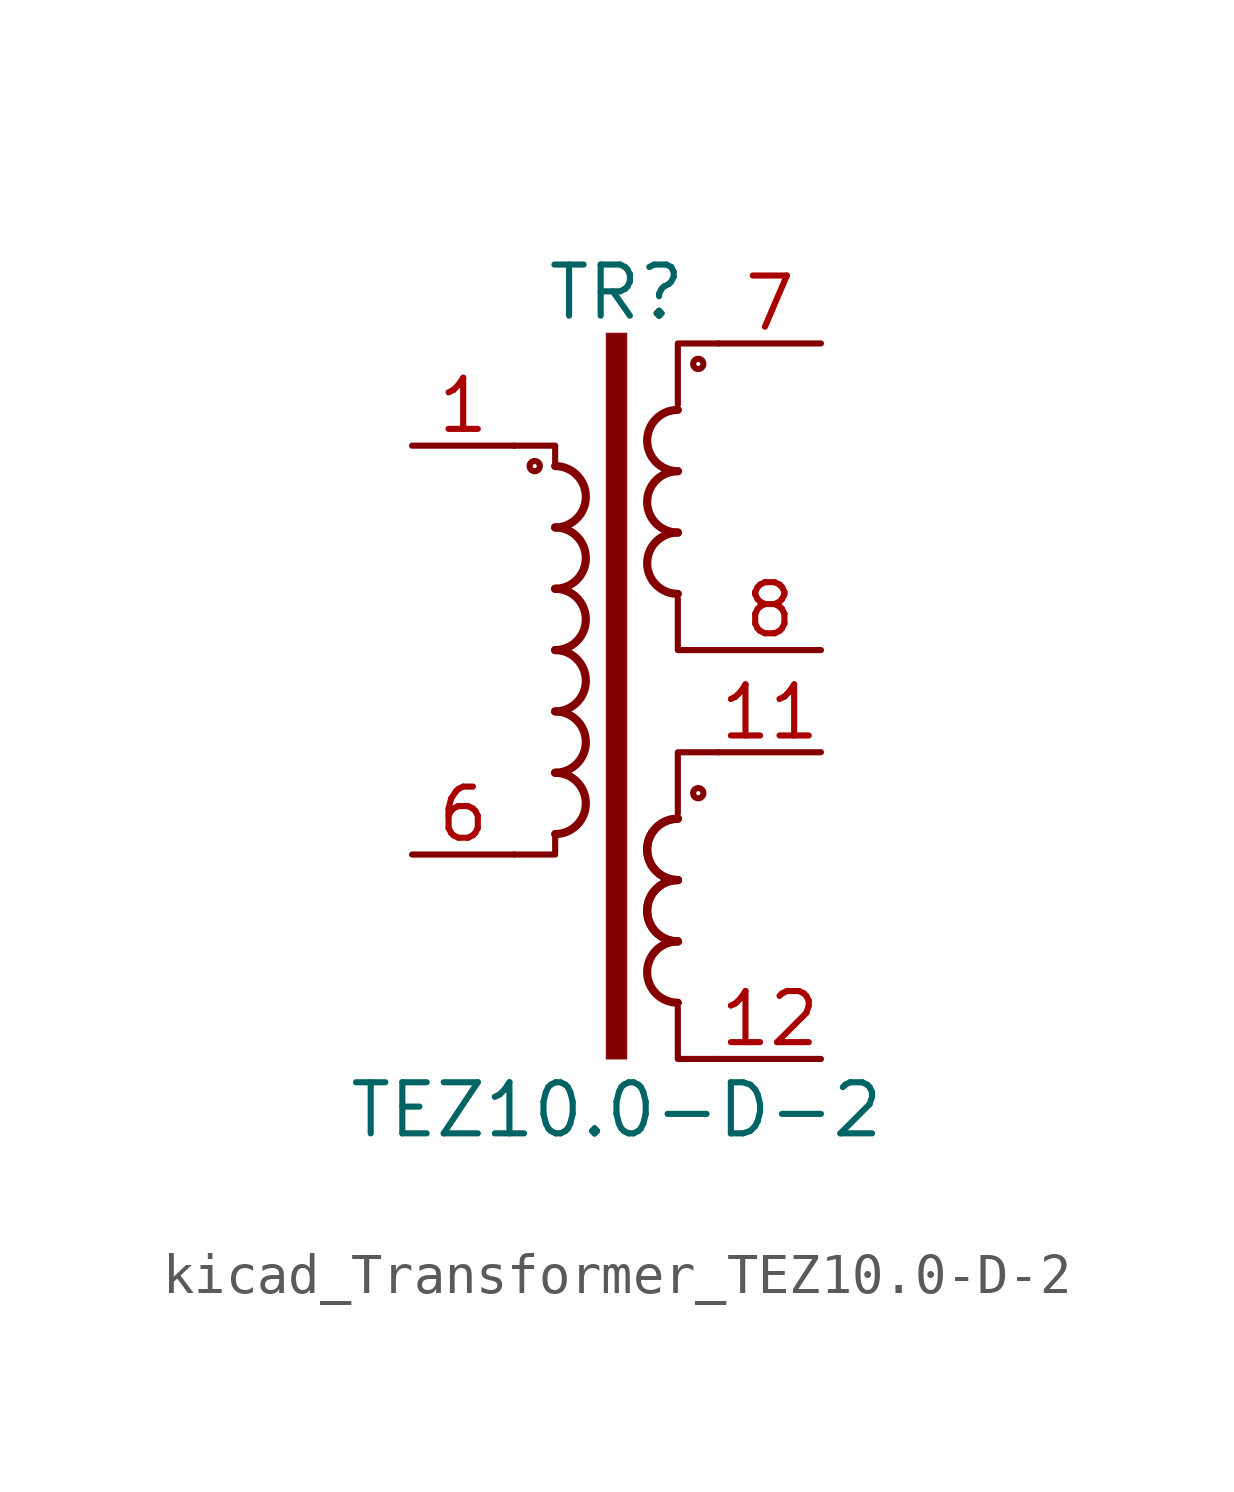
<source format=kicad_sym>
(kicad_symbol_lib
  (version 20220914)
  (generator kicad_symbol_editor)
  (symbol "kicad_Transformer_TEZ10.0-D-2"
    (pin_names
      (offset 0.025))
    (property "Reference" "TR"
      (at 0 8.89 0)
      (effects (font (size 1.27 1.27))))
    (property "Value" "TEZ10.0-D-2"
      (at 0 -11.43 0)
      (effects (font (size 1.27 1.27))))
    (symbol "kicad_Transformer_TEZ10.0-D-2_0_1"
      (circle (center -2.032 4.572) (radius 0.127) (stroke (width 0) (type default)) (fill (type none)))
      (arc (start -1.524 -4.572) (mid -0.7653 -3.81) (end -1.524 -3.048) (stroke (width 0.2032) (type default)) (fill (type none)))
      (arc (start -1.524 -3.048) (mid -0.7653 -2.286) (end -1.524 -1.524) (stroke (width 0.2032) (type default)) (fill (type none)))
      (arc (start -1.524 -1.524) (mid -0.7653 -0.762) (end -1.524 0) (stroke (width 0.2032) (type default)) (fill (type none)))
      (arc (start -1.524 0) (mid -0.7653 0.762) (end -1.524 1.524) (stroke (width 0.2032) (type default)) (fill (type none)))
      (arc (start -1.524 1.524) (mid -0.7653 2.286) (end -1.524 3.048) (stroke (width 0.2032) (type default)) (fill (type none)))
      (arc (start -1.524 3.048) (mid -0.7653 3.81) (end -1.524 4.572) (stroke (width 0.2032) (type default)) (fill (type none)))
      (rectangle (start -0.254 7.874) (end 0.254 -10.16) (stroke (width 0.025) (type default)) (fill (type outline)))
      (polyline (pts (xy -1.524 -4.572) (xy -1.524 -5.08) (xy -2.54 -5.08)) (stroke (width 0) (type default)) (fill (type none)))
      (polyline (pts (xy -1.524 4.572) (xy -1.524 5.08) (xy -2.54 5.08)) (stroke (width 0) (type default)) (fill (type none)))
      (polyline (pts (xy 1.524 -8.89) (xy 1.524 -10.16) (xy 2.54 -10.16)) (stroke (width 0) (type default)) (fill (type none)))
      (polyline (pts (xy 2.54 -2.54) (xy 1.524 -2.54) (xy 1.524 -4.064)) (stroke (width 0) (type default)) (fill (type none)))
      (polyline (pts (xy 2.54 0) (xy 1.524 0) (xy 1.524 1.27)) (stroke (width 0) (type default)) (fill (type none)))
      (polyline (pts (xy 2.54 7.62) (xy 1.524 7.62) (xy 1.524 6.096)) (stroke (width 0) (type default)) (fill (type none)))
      (arc (start 1.524 -7.239) (mid 0.7653 -8.001) (end 1.524 -8.763) (stroke (width 0.2032) (type default)) (fill (type none)))
      (arc (start 1.524 -5.715) (mid 0.7653 -6.477) (end 1.524 -7.239) (stroke (width 0.2032) (type default)) (fill (type none)))
      (arc (start 1.524 -5.715) (mid 0.7653 -6.477) (end 1.524 -7.239) (stroke (width 0.2032) (type default)) (fill (type none)))
      (arc (start 1.524 -4.191) (mid 0.7653 -4.953) (end 1.524 -5.715) (stroke (width 0.2032) (type default)) (fill (type none)))
      (arc (start 1.524 -4.191) (mid 0.7653 -4.953) (end 1.524 -5.715) (stroke (width 0.2032) (type default)) (fill (type none)))
      (arc (start 1.524 2.921) (mid 0.7653 2.159) (end 1.524 1.397) (stroke (width 0.2032) (type default)) (fill (type none)))
      (arc (start 1.524 4.445) (mid 0.7653 3.683) (end 1.524 2.921) (stroke (width 0.2032) (type default)) (fill (type none)))
      (arc (start 1.524 5.969) (mid 0.7653 5.207) (end 1.524 4.445) (stroke (width 0.2032) (type default)) (fill (type none)))
      (circle (center 2.032 -3.556) (radius 0.127) (stroke (width 0) (type default)) (fill (type none)))
      (circle (center 2.032 7.112) (radius 0.127) (stroke (width 0) (type default)) (fill (type none))))
    (symbol "kicad_Transformer_TEZ10.0-D-2_1_1"
      (pin passive line (at -5.08 5.08 0) (length 2.54) (name "~" (effects (font (size 1.27 1.27)))) (number "1" (effects (font (size 1.27 1.27)))))
      (pin passive line (at 5.08 -2.54 180) (length 2.54) (name "~" (effects (font (size 1.27 1.27)))) (number "11" (effects (font (size 1.27 1.27)))))
      (pin passive line (at 5.08 -10.16 180) (length 2.54) (name "~" (effects (font (size 1.27 1.27)))) (number "12" (effects (font (size 1.27 1.27)))))
      (pin passive line (at -5.08 -5.08 0) (length 2.54) (name "~" (effects (font (size 1.27 1.27)))) (number "6" (effects (font (size 1.27 1.27)))))
      (pin passive line (at 5.08 7.62 180) (length 2.54) (name "~" (effects (font (size 1.27 1.27)))) (number "7" (effects (font (size 1.27 1.27)))))
      (pin passive line (at 5.08 0 180) (length 2.54) (name "~" (effects (font (size 1.27 1.27)))) (number "8" (effects (font (size 1.27 1.27))))))))
</source>
